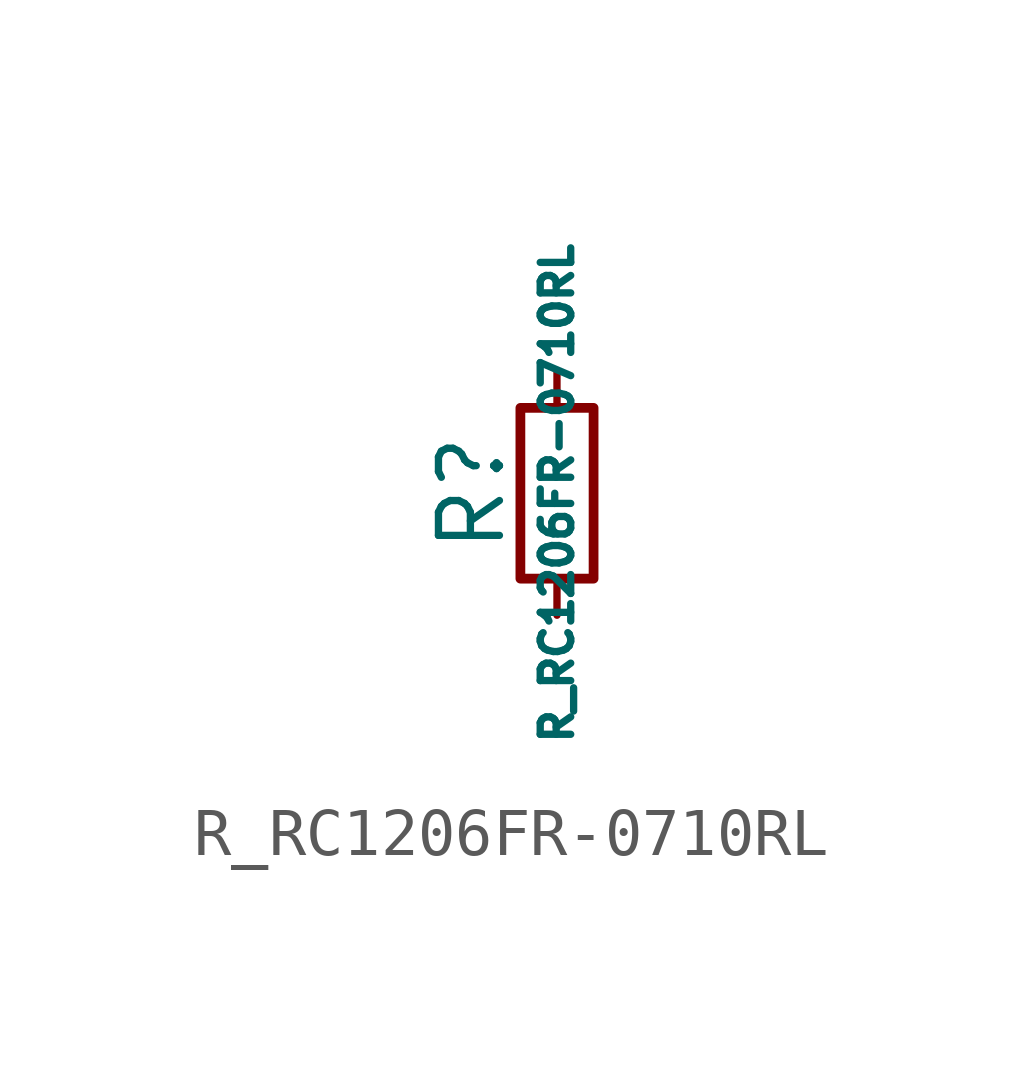
<source format=kicad_sym>
(kicad_symbol_lib
  (version 20211014)
  (generator kicad_symbol_editor)
  (symbol "R_RC1206FR-0710RL"
    (pin_numbers hide)
    (pin_names
      (offset 0.254) hide)
    (property "Reference" "R"
      (at -1.778 0 90)
      (effects (font (size 1.27 1.27))))
    (property "Value" "R_RC1206FR-0710RL"
      (at 0 0 90)
      (effects (font (size 0.635 0.635))))
    (symbol "R_RC1206FR-0710RL_0_1"
      (rectangle (start -0.762 1.778) (end 0.762 -1.778) (stroke (width 0.203) (type default) (color 0 0 0 0)) (fill (type none))))
    (symbol "R_RC1206FR-0710RL_1_1"
      (pin passive line (at 0 2.54 270) (length 0.762) (name "~" (effects (font (size 1.27 1.27)))) (number "1" (effects (font (size 1.27 1.27)))))
      (pin passive line (at 0 -2.54 90) (length 0.762) (name "~" (effects (font (size 1.27 1.27)))) (number "2" (effects (font (size 1.27 1.27))))))))
</source>
